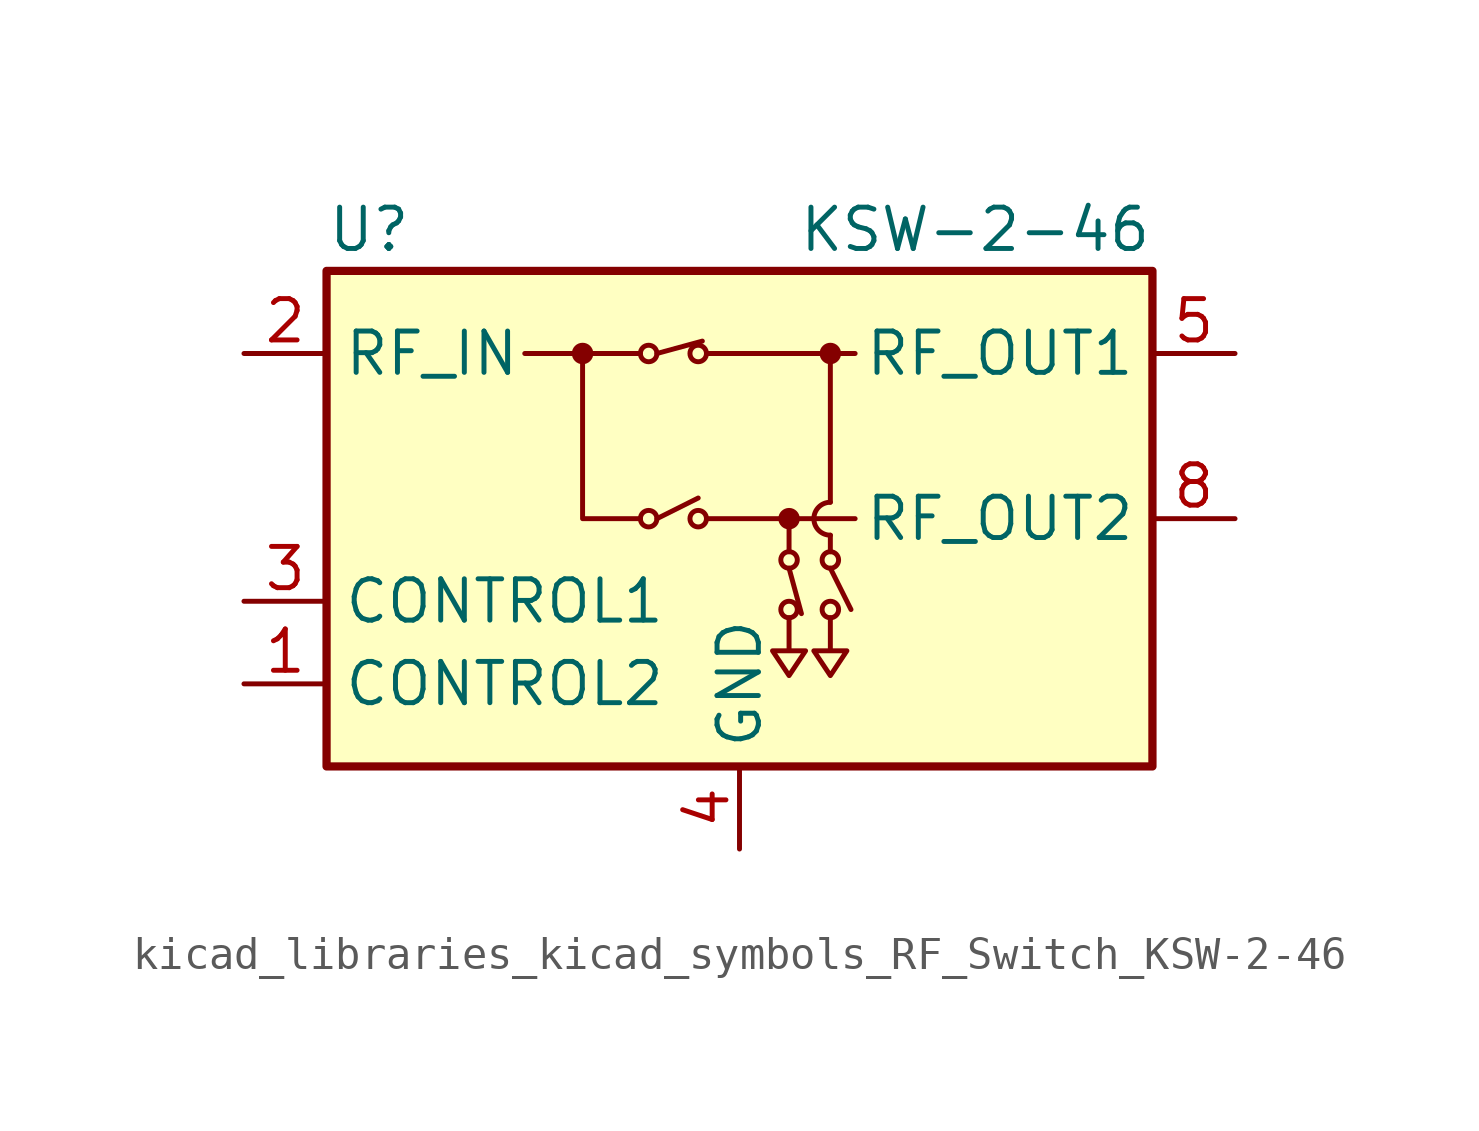
<source format=kicad_sym>
(kicad_symbol_lib
  (version 20220914)
  (generator kicad_symbol_editor)
  (symbol "kicad_libraries_kicad_symbols_RF_Switch_KSW-2-46"
    (property "Reference" "U"
      (at -12.7 8.89 0)
      (effects (font (size 1.27 1.27)) (justify left)))
    (property "Value" "KSW-2-46"
      (at 12.7 8.89 0)
      (effects (font (size 1.27 1.27)) (justify right)))
    (symbol "kicad_libraries_kicad_symbols_RF_Switch_KSW-2-46_0_1"
      (rectangle (start -12.7 7.62) (end 12.7 -7.62) (stroke (width 0.254) (type default)) (fill (type background)))
      (circle (center -4.826 5.08) (radius 0.254) (stroke (width 0) (type default)) (fill (type outline)))
      (circle (center -2.794 0) (radius 0.254) (stroke (width 0) (type default)) (fill (type none)))
      (circle (center -2.794 5.08) (radius 0.254) (stroke (width 0) (type default)) (fill (type none)))
      (circle (center -1.27 0) (radius 0.254) (stroke (width 0) (type default)) (fill (type none)))
      (circle (center -1.27 5.08) (radius 0.254) (stroke (width 0) (type default)) (fill (type none)))
      (polyline (pts (xy -3.048 5.08) (xy -6.604 5.08)) (stroke (width 0) (type default)) (fill (type none)))
      (polyline (pts (xy -2.54 0) (xy -1.27 0.635)) (stroke (width 0) (type default)) (fill (type none)))
      (polyline (pts (xy -2.54 5.08) (xy -1.143 5.461)) (stroke (width 0) (type default)) (fill (type none)))
      (polyline (pts (xy -1.016 0) (xy 3.556 0)) (stroke (width 0) (type default)) (fill (type none)))
      (polyline (pts (xy -1.016 5.08) (xy 3.556 5.08)) (stroke (width 0) (type default)) (fill (type none)))
      (polyline (pts (xy 1.524 -1.524) (xy 1.905 -2.921)) (stroke (width 0) (type default)) (fill (type none)))
      (polyline (pts (xy 1.524 -1.016) (xy 1.524 0)) (stroke (width 0) (type default)) (fill (type none)))
      (polyline (pts (xy 2.794 -1.524) (xy 3.429 -2.794)) (stroke (width 0) (type default)) (fill (type none)))
      (polyline (pts (xy 2.794 -0.508) (xy 2.794 -1.016)) (stroke (width 0) (type default)) (fill (type none)))
      (polyline (pts (xy 2.794 5.08) (xy 2.794 0.508)) (stroke (width 0) (type default)) (fill (type none)))
      (polyline (pts (xy -4.826 5.08) (xy -4.826 0) (xy -3.048 0)) (stroke (width 0) (type default)) (fill (type none)))
      (polyline (pts (xy 1.524 -3.048) (xy 1.524 -4.064) (xy 1.016 -4.064) (xy 1.524 -4.826) (xy 2.032 -4.064) (xy 1.524 -4.064)) (stroke (width 0) (type default)) (fill (type none)))
      (polyline (pts (xy 2.794 -3.048) (xy 2.794 -4.064) (xy 2.286 -4.064) (xy 2.794 -4.826) (xy 3.302 -4.064) (xy 2.794 -4.064)) (stroke (width 0) (type default)) (fill (type none)))
      (circle (center 1.524 -2.794) (radius 0.254) (stroke (width 0) (type default)) (fill (type none)))
      (circle (center 1.524 -1.27) (radius 0.254) (stroke (width 0) (type default)) (fill (type none)))
      (circle (center 1.524 0) (radius 0.254) (stroke (width 0) (type default)) (fill (type outline)))
      (circle (center 2.794 -2.794) (radius 0.254) (stroke (width 0) (type default)) (fill (type none)))
      (circle (center 2.794 -1.27) (radius 0.254) (stroke (width 0) (type default)) (fill (type none)))
      (arc (start 2.794 0.508) (mid 2.2882 0) (end 2.794 -0.508) (stroke (width 0) (type default)) (fill (type none)))
      (circle (center 2.794 5.08) (radius 0.254) (stroke (width 0) (type default)) (fill (type outline))))
    (symbol "kicad_libraries_kicad_symbols_RF_Switch_KSW-2-46_1_1"
      (pin input line (at -15.24 -5.08 0) (length 2.54) (name "CONTROL2" (effects (font (size 1.27 1.27)))) (number "1" (effects (font (size 1.27 1.27)))))
      (pin passive line (at -15.24 5.08 0) (length 2.54) (name "RF_IN" (effects (font (size 1.27 1.27)))) (number "2" (effects (font (size 1.27 1.27)))))
      (pin input line (at -15.24 -2.54 0) (length 2.54) (name "CONTROL1" (effects (font (size 1.27 1.27)))) (number "3" (effects (font (size 1.27 1.27)))))
      (pin power_in line (at 0 -10.16 90) (length 2.54) (name "GND" (effects (font (size 1.27 1.27)))) (number "4" (effects (font (size 1.27 1.27)))))
      (pin passive line (at 15.24 5.08 180) (length 2.54) (name "RF_OUT1" (effects (font (size 1.27 1.27)))) (number "5" (effects (font (size 1.27 1.27)))))
      (pin passive line (at 0 -10.16 90) (length 2.54) hide (name "GND" (effects (font (size 1.27 1.27)))) (number "6" (effects (font (size 1.27 1.27)))))
      (pin passive line (at 0 -10.16 90) (length 2.54) hide (name "GND" (effects (font (size 1.27 1.27)))) (number "7" (effects (font (size 1.27 1.27)))))
      (pin passive line (at 15.24 0 180) (length 2.54) (name "RF_OUT2" (effects (font (size 1.27 1.27)))) (number "8" (effects (font (size 1.27 1.27))))))))
</source>
